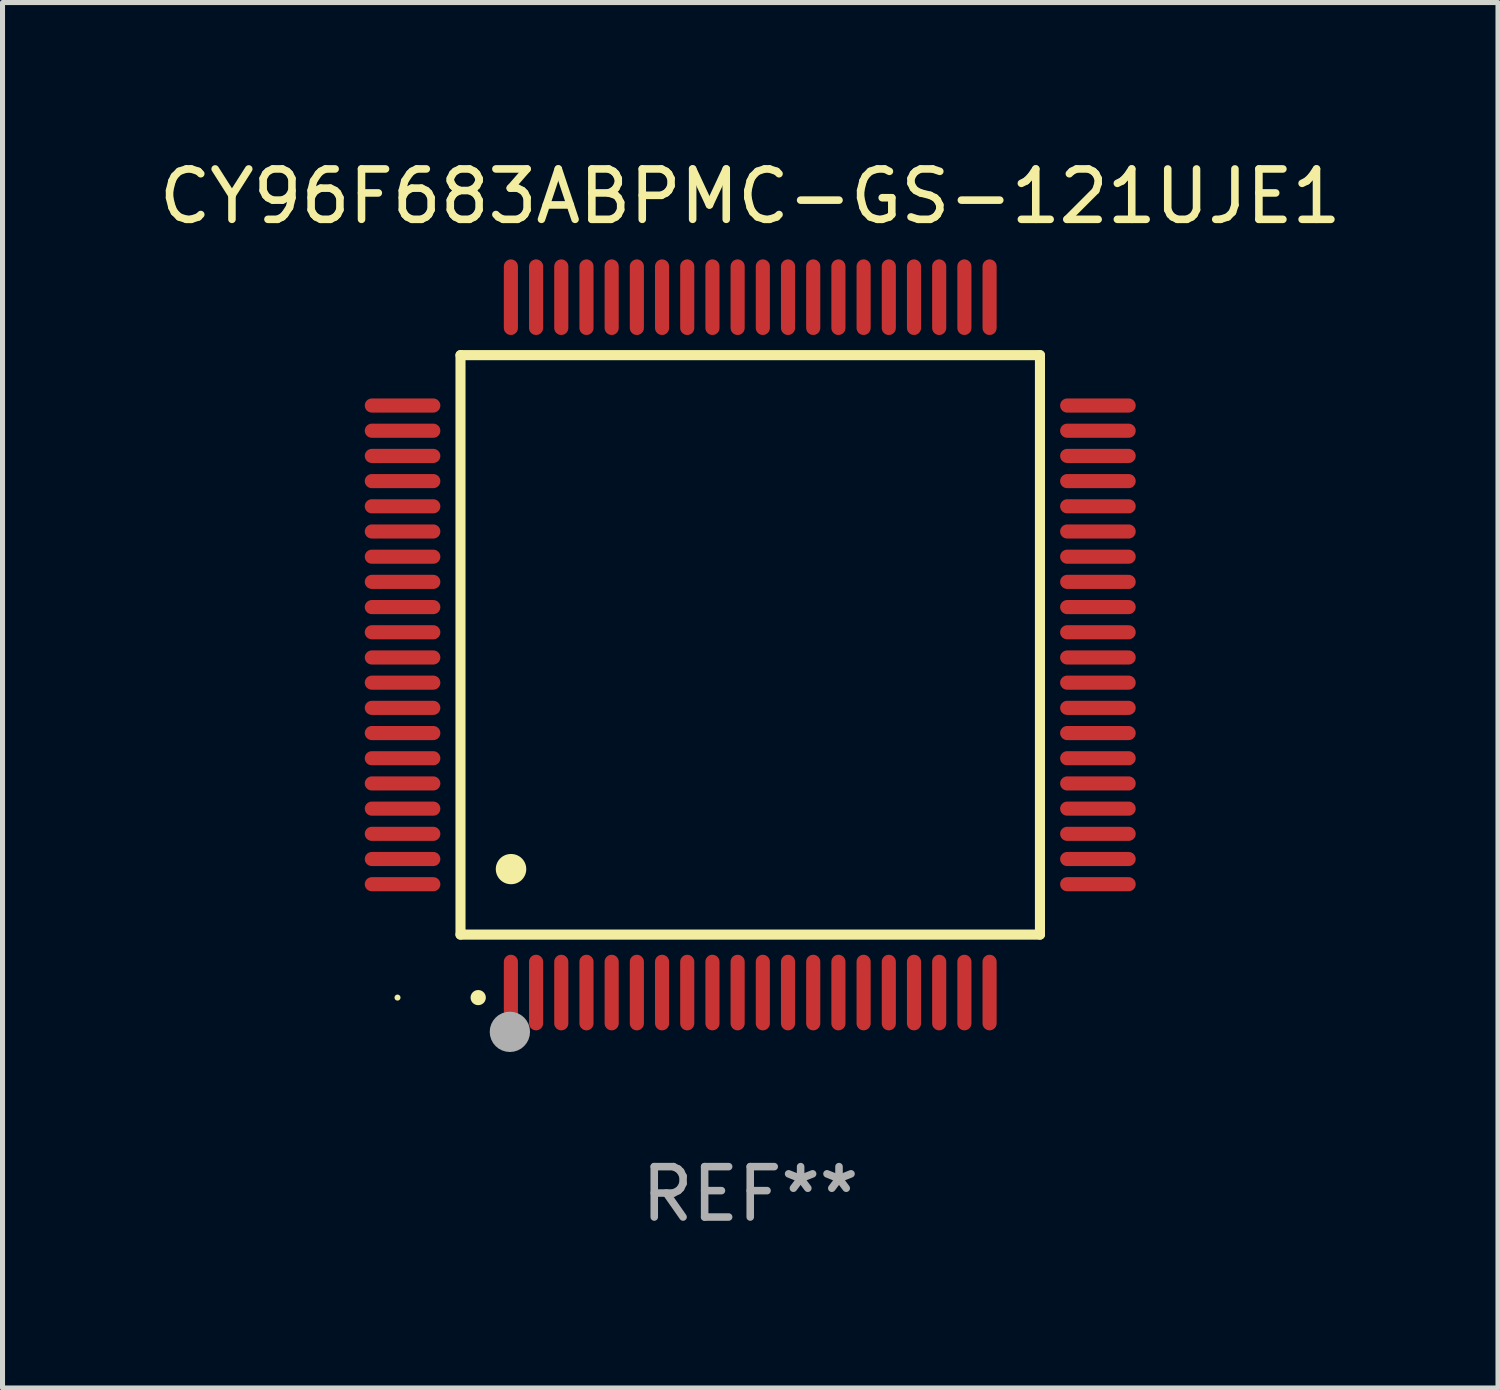
<source format=kicad_pcb>
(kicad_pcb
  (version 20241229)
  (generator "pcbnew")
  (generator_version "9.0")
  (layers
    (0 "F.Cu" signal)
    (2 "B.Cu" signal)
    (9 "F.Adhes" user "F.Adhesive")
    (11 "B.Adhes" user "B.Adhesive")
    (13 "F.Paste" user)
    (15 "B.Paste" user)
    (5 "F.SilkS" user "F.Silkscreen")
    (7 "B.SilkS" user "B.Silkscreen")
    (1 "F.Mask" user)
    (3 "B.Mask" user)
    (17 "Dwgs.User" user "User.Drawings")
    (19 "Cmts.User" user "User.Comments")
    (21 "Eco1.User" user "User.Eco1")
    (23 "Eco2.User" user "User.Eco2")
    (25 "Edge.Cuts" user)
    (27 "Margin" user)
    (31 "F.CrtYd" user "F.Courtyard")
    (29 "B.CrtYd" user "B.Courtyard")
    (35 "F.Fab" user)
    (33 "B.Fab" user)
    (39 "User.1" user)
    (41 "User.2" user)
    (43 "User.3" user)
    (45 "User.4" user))
  (footprint "CY96F683ABPMC-GS-121UJE1"
    (layer "F.Cu")
    (at 11.839 9.748)
    (property "Reference" "CY96F683ABPMC-GS-121UJE1" (at 0 -8.9 0) (layer "F.SilkS") (effects (font (size 1 1) (thickness 0.15))))
    (attr through_hole)
    (fp_line (start -5.75 -5.75) (end 5.75 -5.75) (stroke (width 0.2) (type solid)) (layer "F.SilkS"))
    (fp_line (start -5.75 5.75) (end -5.75 -5.75) (stroke (width 0.2) (type solid)) (layer "F.SilkS"))
    (fp_line (start 5.75 -5.75) (end 5.75 5.75) (stroke (width 0.2) (type solid)) (layer "F.SilkS"))
    (fp_line (start 5.75 5.75) (end -5.75 5.75) (stroke (width 0.2) (type solid)) (layer "F.SilkS"))
    (fp_arc (start -5.400051 7.000254) (mid -5.398781 7.000249) (end -5.397511 7.000254) (stroke (width 0.3) (type solid)) (layer "F.SilkS"))
    (fp_arc (start -4.749809 4.450089) (mid -4.747269 4.450078) (end -4.744729 4.450089) (stroke (width 0.6) (type solid)) (layer "F.SilkS"))
    (fp_circle (center -7 7) (end -6.97 7) (stroke (width 0.06) (type solid)) (fill no) (layer "F.SilkS"))
    (fp_circle (center -4.77 7.68) (end -4.57 7.68) (stroke (width 0.4) (type solid)) (fill no) (layer "F.Fab"))
    (fp_text user "REF**" (at 0 10.9 0) (layer "F.Fab") (effects (font (size 1 1) (thickness 0.15))))
    (pad "1" smd oval (at -4.75 6.9) (size 0.28 1.5) (layers "F.Cu" "F.Mask" "F.Paste"))
    (pad "2" smd oval (at -4.25 6.9) (size 0.28 1.5) (layers "F.Cu" "F.Mask" "F.Paste"))
    (pad "3" smd oval (at -3.75 6.9) (size 0.28 1.5) (layers "F.Cu" "F.Mask" "F.Paste"))
    (pad "4" smd oval (at -3.25 6.9) (size 0.28 1.5) (layers "F.Cu" "F.Mask" "F.Paste"))
    (pad "5" smd oval (at -2.75 6.9) (size 0.28 1.5) (layers "F.Cu" "F.Mask" "F.Paste"))
    (pad "6" smd oval (at -2.25 6.9) (size 0.28 1.5) (layers "F.Cu" "F.Mask" "F.Paste"))
    (pad "7" smd oval (at -1.75 6.9) (size 0.28 1.5) (layers "F.Cu" "F.Mask" "F.Paste"))
    (pad "8" smd oval (at -1.25 6.9) (size 0.28 1.5) (layers "F.Cu" "F.Mask" "F.Paste"))
    (pad "9" smd oval (at -0.75 6.9) (size 0.28 1.5) (layers "F.Cu" "F.Mask" "F.Paste"))
    (pad "10" smd oval (at -0.25 6.9) (size 0.28 1.5) (layers "F.Cu" "F.Mask" "F.Paste"))
    (pad "11" smd oval (at 0.25 6.9) (size 0.28 1.5) (layers "F.Cu" "F.Mask" "F.Paste"))
    (pad "12" smd oval (at 0.75 6.9) (size 0.28 1.5) (layers "F.Cu" "F.Mask" "F.Paste"))
    (pad "13" smd oval (at 1.25 6.9) (size 0.28 1.5) (layers "F.Cu" "F.Mask" "F.Paste"))
    (pad "14" smd oval (at 1.75 6.9) (size 0.28 1.5) (layers "F.Cu" "F.Mask" "F.Paste"))
    (pad "15" smd oval (at 2.25 6.9) (size 0.28 1.5) (layers "F.Cu" "F.Mask" "F.Paste"))
    (pad "16" smd oval (at 2.75 6.9) (size 0.28 1.5) (layers "F.Cu" "F.Mask" "F.Paste"))
    (pad "17" smd oval (at 3.25 6.9) (size 0.28 1.5) (layers "F.Cu" "F.Mask" "F.Paste"))
    (pad "18" smd oval (at 3.75 6.9) (size 0.28 1.5) (layers "F.Cu" "F.Mask" "F.Paste"))
    (pad "19" smd oval (at 4.25 6.9) (size 0.28 1.5) (layers "F.Cu" "F.Mask" "F.Paste"))
    (pad "20" smd oval (at 4.75 6.9) (size 0.28 1.5) (layers "F.Cu" "F.Mask" "F.Paste"))
    (pad "21" smd oval (at 6.9 4.75) (size 1.5 0.28) (layers "F.Cu" "F.Mask" "F.Paste"))
    (pad "22" smd oval (at 6.9 4.25) (size 1.5 0.28) (layers "F.Cu" "F.Mask" "F.Paste"))
    (pad "23" smd oval (at 6.9 3.75) (size 1.5 0.28) (layers "F.Cu" "F.Mask" "F.Paste"))
    (pad "24" smd oval (at 6.9 3.25) (size 1.5 0.28) (layers "F.Cu" "F.Mask" "F.Paste"))
    (pad "25" smd oval (at 6.9 2.75) (size 1.5 0.28) (layers "F.Cu" "F.Mask" "F.Paste"))
    (pad "26" smd oval (at 6.9 2.25) (size 1.5 0.28) (layers "F.Cu" "F.Mask" "F.Paste"))
    (pad "27" smd oval (at 6.9 1.75) (size 1.5 0.28) (layers "F.Cu" "F.Mask" "F.Paste"))
    (pad "28" smd oval (at 6.9 1.25) (size 1.5 0.28) (layers "F.Cu" "F.Mask" "F.Paste"))
    (pad "29" smd oval (at 6.9 0.75) (size 1.5 0.28) (layers "F.Cu" "F.Mask" "F.Paste"))
    (pad "30" smd oval (at 6.9 0.25) (size 1.5 0.28) (layers "F.Cu" "F.Mask" "F.Paste"))
    (pad "31" smd oval (at 6.9 -0.25) (size 1.5 0.28) (layers "F.Cu" "F.Mask" "F.Paste"))
    (pad "32" smd oval (at 6.9 -0.75) (size 1.5 0.28) (layers "F.Cu" "F.Mask" "F.Paste"))
    (pad "33" smd oval (at 6.9 -1.25) (size 1.5 0.28) (layers "F.Cu" "F.Mask" "F.Paste"))
    (pad "34" smd oval (at 6.9 -1.75) (size 1.5 0.28) (layers "F.Cu" "F.Mask" "F.Paste"))
    (pad "35" smd oval (at 6.9 -2.25) (size 1.5 0.28) (layers "F.Cu" "F.Mask" "F.Paste"))
    (pad "36" smd oval (at 6.9 -2.75) (size 1.5 0.28) (layers "F.Cu" "F.Mask" "F.Paste"))
    (pad "37" smd oval (at 6.9 -3.25) (size 1.5 0.28) (layers "F.Cu" "F.Mask" "F.Paste"))
    (pad "38" smd oval (at 6.9 -3.75) (size 1.5 0.28) (layers "F.Cu" "F.Mask" "F.Paste"))
    (pad "39" smd oval (at 6.9 -4.25) (size 1.5 0.28) (layers "F.Cu" "F.Mask" "F.Paste"))
    (pad "40" smd oval (at 6.9 -4.75) (size 1.5 0.28) (layers "F.Cu" "F.Mask" "F.Paste"))
    (pad "41" smd oval (at 4.75 -6.9) (size 0.28 1.5) (layers "F.Cu" "F.Mask" "F.Paste"))
    (pad "42" smd oval (at 4.25 -6.9) (size 0.28 1.5) (layers "F.Cu" "F.Mask" "F.Paste"))
    (pad "43" smd oval (at 3.75 -6.9) (size 0.28 1.5) (layers "F.Cu" "F.Mask" "F.Paste"))
    (pad "44" smd oval (at 3.25 -6.9) (size 0.28 1.5) (layers "F.Cu" "F.Mask" "F.Paste"))
    (pad "45" smd oval (at 2.75 -6.9) (size 0.28 1.5) (layers "F.Cu" "F.Mask" "F.Paste"))
    (pad "46" smd oval (at 2.25 -6.9) (size 0.28 1.5) (layers "F.Cu" "F.Mask" "F.Paste"))
    (pad "47" smd oval (at 1.75 -6.9) (size 0.28 1.5) (layers "F.Cu" "F.Mask" "F.Paste"))
    (pad "48" smd oval (at 1.25 -6.9) (size 0.28 1.5) (layers "F.Cu" "F.Mask" "F.Paste"))
    (pad "49" smd oval (at 0.75 -6.9) (size 0.28 1.5) (layers "F.Cu" "F.Mask" "F.Paste"))
    (pad "50" smd oval (at 0.25 -6.9) (size 0.28 1.5) (layers "F.Cu" "F.Mask" "F.Paste"))
    (pad "51" smd oval (at -0.25 -6.9) (size 0.28 1.5) (layers "F.Cu" "F.Mask" "F.Paste"))
    (pad "52" smd oval (at -0.75 -6.9) (size 0.28 1.5) (layers "F.Cu" "F.Mask" "F.Paste"))
    (pad "53" smd oval (at -1.25 -6.9) (size 0.28 1.5) (layers "F.Cu" "F.Mask" "F.Paste"))
    (pad "54" smd oval (at -1.75 -6.9) (size 0.28 1.5) (layers "F.Cu" "F.Mask" "F.Paste"))
    (pad "55" smd oval (at -2.25 -6.9) (size 0.28 1.5) (layers "F.Cu" "F.Mask" "F.Paste"))
    (pad "56" smd oval (at -2.75 -6.9) (size 0.28 1.5) (layers "F.Cu" "F.Mask" "F.Paste"))
    (pad "57" smd oval (at -3.25 -6.9) (size 0.28 1.5) (layers "F.Cu" "F.Mask" "F.Paste"))
    (pad "58" smd oval (at -3.75 -6.9) (size 0.28 1.5) (layers "F.Cu" "F.Mask" "F.Paste"))
    (pad "59" smd oval (at -4.25 -6.9) (size 0.28 1.5) (layers "F.Cu" "F.Mask" "F.Paste"))
    (pad "60" smd oval (at -4.75 -6.9) (size 0.28 1.5) (layers "F.Cu" "F.Mask" "F.Paste"))
    (pad "61" smd oval (at -6.9 -4.75) (size 1.5 0.28) (layers "F.Cu" "F.Mask" "F.Paste"))
    (pad "62" smd oval (at -6.9 -4.25) (size 1.5 0.28) (layers "F.Cu" "F.Mask" "F.Paste"))
    (pad "63" smd oval (at -6.9 -3.75) (size 1.5 0.28) (layers "F.Cu" "F.Mask" "F.Paste"))
    (pad "64" smd oval (at -6.9 -3.25) (size 1.5 0.28) (layers "F.Cu" "F.Mask" "F.Paste"))
    (pad "65" smd oval (at -6.9 -2.75) (size 1.5 0.28) (layers "F.Cu" "F.Mask" "F.Paste"))
    (pad "66" smd oval (at -6.9 -2.25) (size 1.5 0.28) (layers "F.Cu" "F.Mask" "F.Paste"))
    (pad "67" smd oval (at -6.9 -1.75) (size 1.5 0.28) (layers "F.Cu" "F.Mask" "F.Paste"))
    (pad "68" smd oval (at -6.9 -1.25) (size 1.5 0.28) (layers "F.Cu" "F.Mask" "F.Paste"))
    (pad "69" smd oval (at -6.9 -0.75) (size 1.5 0.28) (layers "F.Cu" "F.Mask" "F.Paste"))
    (pad "70" smd oval (at -6.9 -0.25) (size 1.5 0.28) (layers "F.Cu" "F.Mask" "F.Paste"))
    (pad "71" smd oval (at -6.9 0.25) (size 1.5 0.28) (layers "F.Cu" "F.Mask" "F.Paste"))
    (pad "72" smd oval (at -6.9 0.75) (size 1.5 0.28) (layers "F.Cu" "F.Mask" "F.Paste"))
    (pad "73" smd oval (at -6.9 1.25) (size 1.5 0.28) (layers "F.Cu" "F.Mask" "F.Paste"))
    (pad "74" smd oval (at -6.9 1.75) (size 1.5 0.28) (layers "F.Cu" "F.Mask" "F.Paste"))
    (pad "75" smd oval (at -6.9 2.25) (size 1.5 0.28) (layers "F.Cu" "F.Mask" "F.Paste"))
    (pad "76" smd oval (at -6.9 2.75) (size 1.5 0.28) (layers "F.Cu" "F.Mask" "F.Paste"))
    (pad "77" smd oval (at -6.9 3.25) (size 1.5 0.28) (layers "F.Cu" "F.Mask" "F.Paste"))
    (pad "78" smd oval (at -6.9 3.75) (size 1.5 0.28) (layers "F.Cu" "F.Mask" "F.Paste"))
    (pad "79" smd oval (at -6.9 4.25) (size 1.5 0.28) (layers "F.Cu" "F.Mask" "F.Paste"))
    (pad "80" smd oval (at -6.9 4.75) (size 1.5 0.28) (layers "F.Cu" "F.Mask" "F.Paste")))
  (gr_rect
    (start -3 -3)
    (end 26.679 24.496)
    (stroke (width 0.1) (type default))
    (fill no)
    (layer "Edge.Cuts")))
</source>
